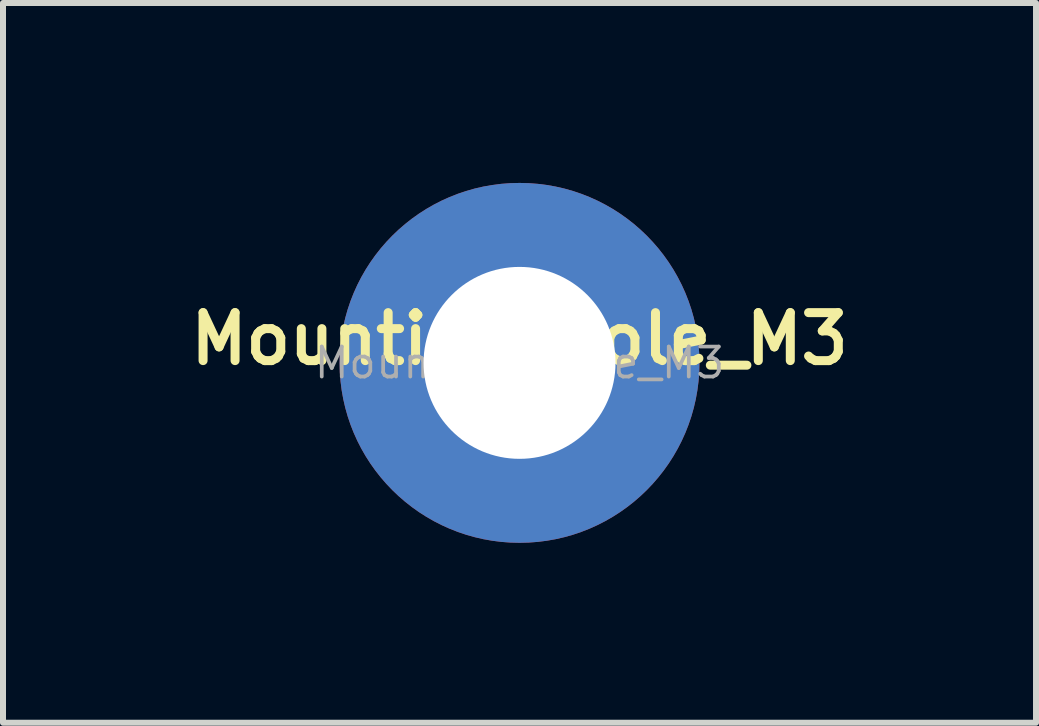
<source format=kicad_pcb>
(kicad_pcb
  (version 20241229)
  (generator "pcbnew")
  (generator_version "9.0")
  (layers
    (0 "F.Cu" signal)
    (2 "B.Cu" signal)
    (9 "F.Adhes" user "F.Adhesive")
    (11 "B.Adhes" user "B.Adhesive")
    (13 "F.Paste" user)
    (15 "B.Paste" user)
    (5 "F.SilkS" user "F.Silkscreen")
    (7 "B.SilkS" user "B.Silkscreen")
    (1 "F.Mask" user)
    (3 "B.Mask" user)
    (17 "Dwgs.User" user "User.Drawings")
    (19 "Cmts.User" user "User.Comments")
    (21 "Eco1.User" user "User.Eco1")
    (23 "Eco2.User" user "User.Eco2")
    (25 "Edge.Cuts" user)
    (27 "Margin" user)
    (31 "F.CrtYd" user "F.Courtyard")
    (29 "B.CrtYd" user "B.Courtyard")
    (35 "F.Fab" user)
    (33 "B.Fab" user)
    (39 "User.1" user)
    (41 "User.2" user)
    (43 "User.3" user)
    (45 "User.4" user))
  (footprint "Mounting_Hole_M3"
    (layer "F.Cu")
    (at 5.612 3)
    (property "Reference" "Mounting_Hole_M3" (at 0 -0.4 0) (unlocked yes) (layer "F.SilkS") (effects (font (size 0.8 0.8) (thickness 0.15))))
    (attr smd)
    (fp_text user "${REFERENCE}" (at 0 0 0) (unlocked yes) (layer "F.Fab") (effects (font (size 0.5 0.5) (thickness 0.062))))
    (pad "1" thru_hole circle (at 0 0) (size 6 6) (drill 3.2) (layers "*.Cu" "*.Mask")))
  (gr_rect
    (start -3 -3)
    (end 14.223 9)
    (stroke (width 0.1) (type default))
    (fill no)
    (layer "Edge.Cuts")))
</source>
